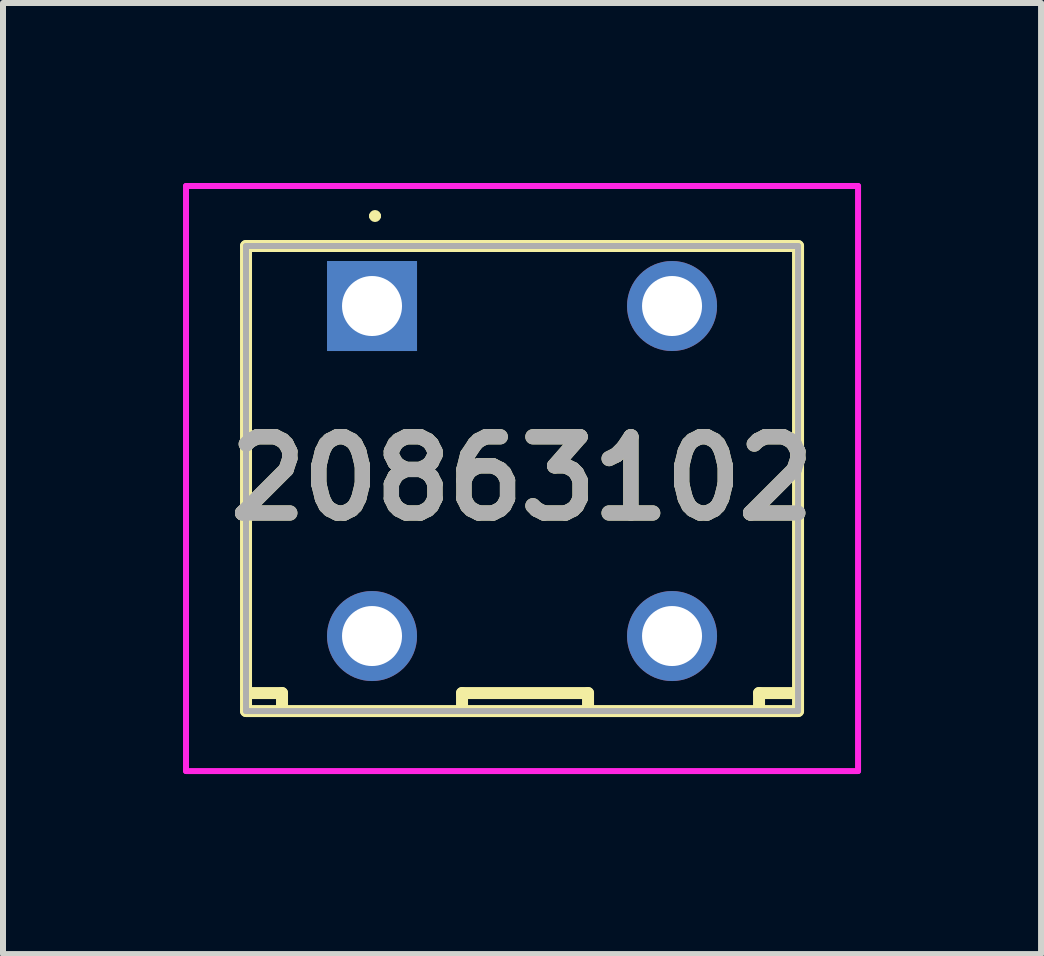
<source format=kicad_pcb>
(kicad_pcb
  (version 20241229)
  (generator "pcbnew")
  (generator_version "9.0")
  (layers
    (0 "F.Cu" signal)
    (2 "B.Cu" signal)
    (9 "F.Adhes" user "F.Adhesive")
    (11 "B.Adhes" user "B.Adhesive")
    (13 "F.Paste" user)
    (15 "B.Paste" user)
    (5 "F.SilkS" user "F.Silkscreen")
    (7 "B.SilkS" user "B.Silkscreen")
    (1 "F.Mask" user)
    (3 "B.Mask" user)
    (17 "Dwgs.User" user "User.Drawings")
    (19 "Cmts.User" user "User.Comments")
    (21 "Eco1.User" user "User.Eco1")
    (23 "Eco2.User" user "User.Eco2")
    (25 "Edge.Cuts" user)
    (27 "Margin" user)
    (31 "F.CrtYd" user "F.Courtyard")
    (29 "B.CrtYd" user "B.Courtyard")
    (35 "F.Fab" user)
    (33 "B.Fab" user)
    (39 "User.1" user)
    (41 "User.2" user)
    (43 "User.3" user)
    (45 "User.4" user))
  (footprint "20863102"
    (layer "F.Cu")
    (at 3.15 2.05)
    (property "Reference" "20863102" (at 2.5 2.875 0) (layer "F.SilkS") (effects (font (size 1.27 1.27) (thickness 0.254))))
    (attr through_hole)
    (fp_line (start -2.1 -1) (end 7.1 -1) (stroke (width 0.2) (type solid)) (layer "F.SilkS"))
    (fp_line (start -2.1 6.45) (end -1.5 6.45) (stroke (width 0.2) (type solid)) (layer "F.SilkS"))
    (fp_line (start -2.1 6.75) (end -2.1 -1) (stroke (width 0.2) (type solid)) (layer "F.SilkS"))
    (fp_line (start -1.5 6.45) (end -1.5 6.75) (stroke (width 0.2) (type solid)) (layer "F.SilkS"))
    (fp_line (start 0 -1.5) (end 0 -1.5) (stroke (width 0.1) (type solid)) (layer "F.SilkS"))
    (fp_line (start 0.1 -1.5) (end 0.1 -1.5) (stroke (width 0.1) (type solid)) (layer "F.SilkS"))
    (fp_line (start 1.5 6.45) (end 3.6 6.45) (stroke (width 0.2) (type solid)) (layer "F.SilkS"))
    (fp_line (start 1.5 6.75) (end 1.5 6.45) (stroke (width 0.2) (type solid)) (layer "F.SilkS"))
    (fp_line (start 3.6 6.45) (end 3.6 6.75) (stroke (width 0.2) (type solid)) (layer "F.SilkS"))
    (fp_line (start 6.45 6.45) (end 7.1 6.45) (stroke (width 0.2) (type solid)) (layer "F.SilkS"))
    (fp_line (start 6.45 6.75) (end 6.45 6.45) (stroke (width 0.2) (type solid)) (layer "F.SilkS"))
    (fp_line (start 7.1 -1) (end 7.1 6.75) (stroke (width 0.2) (type solid)) (layer "F.SilkS"))
    (fp_line (start 7.1 6.75) (end -2.1 6.75) (stroke (width 0.2) (type solid)) (layer "F.SilkS"))
    (fp_arc (start 0 -1.5) (mid 0.05 -1.55) (end 0.1 -1.5) (stroke (width 0.1) (type solid)) (layer "F.SilkS"))
    (fp_arc (start 0.1 -1.5) (mid 0.05 -1.45) (end 0 -1.5) (stroke (width 0.1) (type solid)) (layer "F.SilkS"))
    (fp_line (start -3.1 -2) (end 8.1 -2) (stroke (width 0.1) (type solid)) (layer "F.CrtYd"))
    (fp_line (start -3.1 7.75) (end -3.1 -2) (stroke (width 0.1) (type solid)) (layer "F.CrtYd"))
    (fp_line (start 8.1 -2) (end 8.1 7.75) (stroke (width 0.1) (type solid)) (layer "F.CrtYd"))
    (fp_line (start 8.1 7.75) (end -3.1 7.75) (stroke (width 0.1) (type solid)) (layer "F.CrtYd"))
    (fp_line (start -2.1 -1) (end 7.1 -1) (stroke (width 0.1) (type solid)) (layer "F.Fab"))
    (fp_line (start -2.1 6.75) (end -2.1 -1) (stroke (width 0.1) (type solid)) (layer "F.Fab"))
    (fp_line (start 7.1 -1) (end 7.1 6.75) (stroke (width 0.1) (type solid)) (layer "F.Fab"))
    (fp_line (start 7.1 6.75) (end -2.1 6.75) (stroke (width 0.1) (type solid)) (layer "F.Fab"))
    (fp_text user "${REFERENCE}" (at 2.5 2.875 0) (layer "F.Fab") (effects (font (size 1.27 1.27) (thickness 0.254))))
    (pad "1" thru_hole rect (at 0 0) (size 1.5 1.5) (drill 1) (layers "*.Cu" "*.Mask"))
    (pad "2" thru_hole circle (at 0 5.5) (size 1.5 1.5) (drill 1) (layers "*.Cu" "*.Mask"))
    (pad "3" thru_hole circle (at 5 0) (size 1.5 1.5) (drill 1) (layers "*.Cu" "*.Mask"))
    (pad "4" thru_hole circle (at 5 5.5) (size 1.5 1.5) (drill 1) (layers "*.Cu" "*.Mask")))
  (gr_rect
    (start -3 -3)
    (end 14.3 12.85)
    (stroke (width 0.1) (type default))
    (fill no)
    (layer "Edge.Cuts")))
</source>
